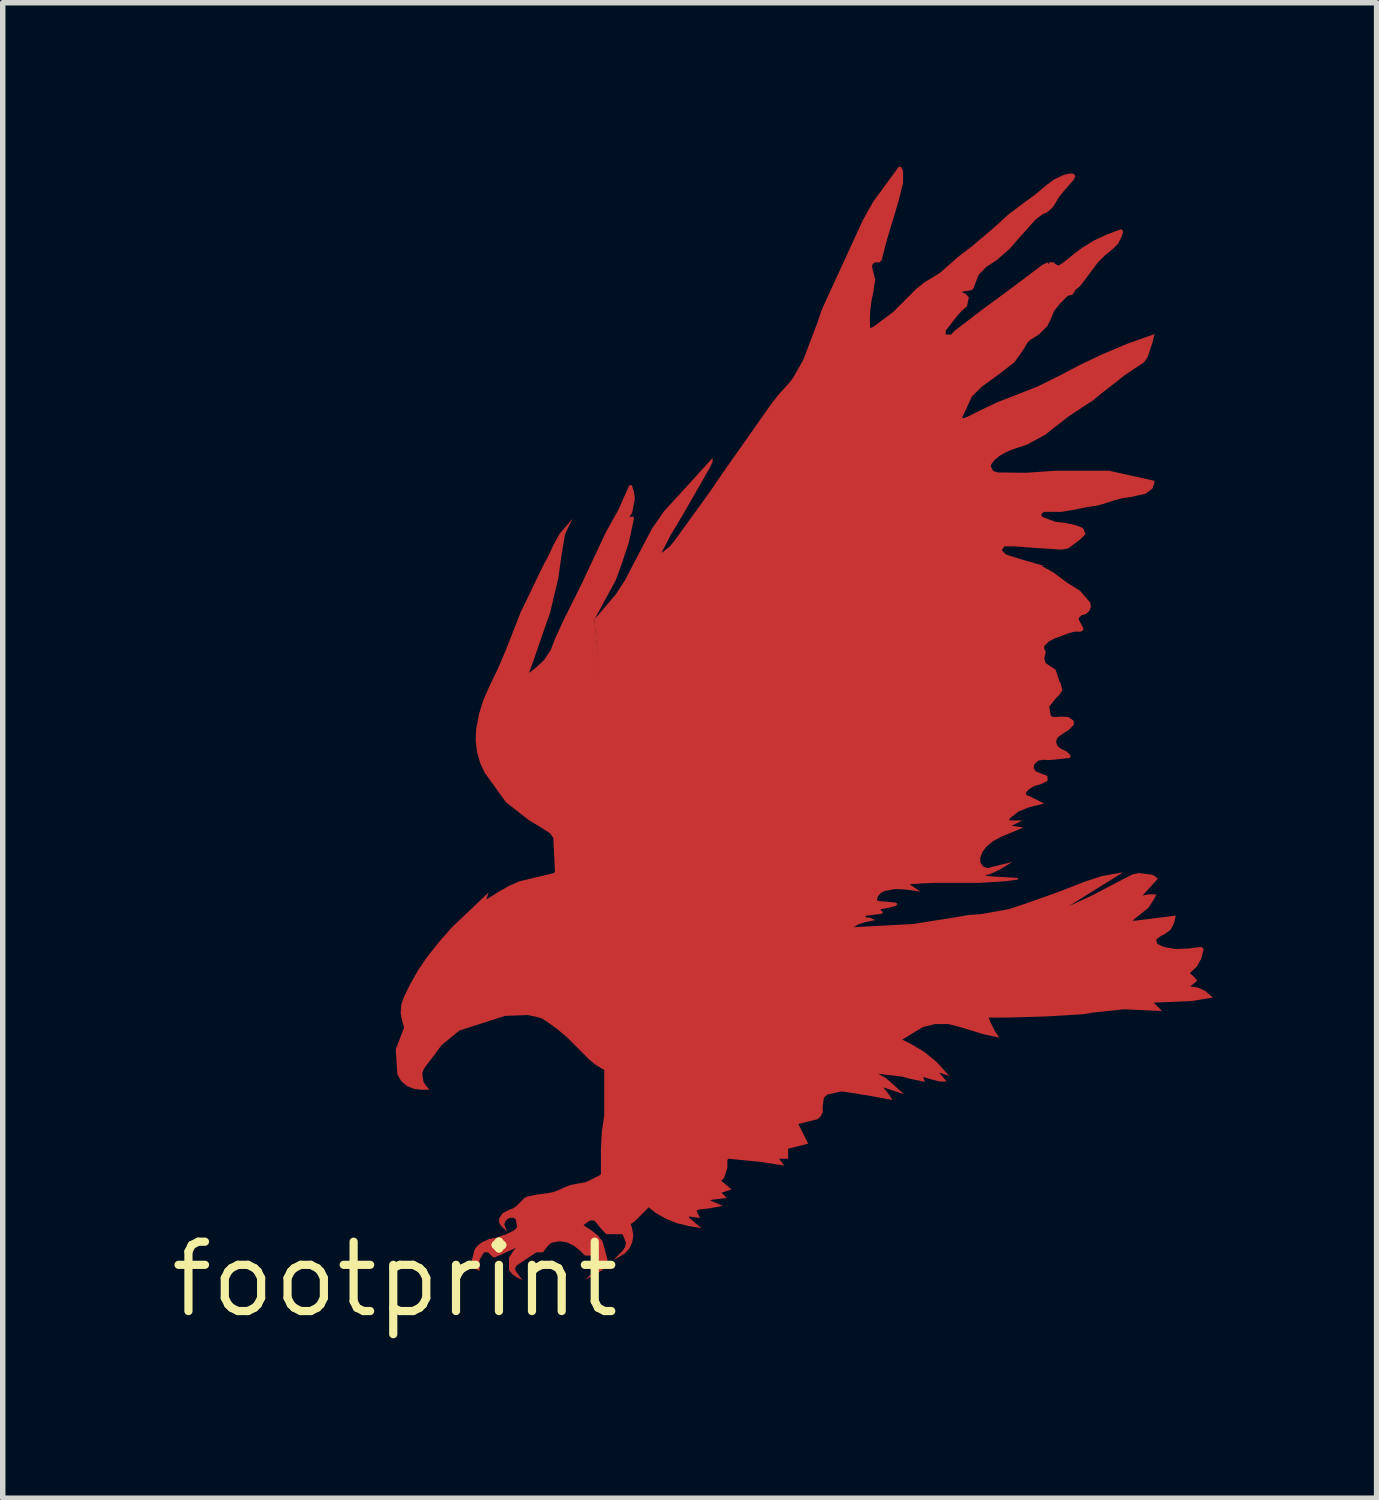
<source format=kicad_pcb>
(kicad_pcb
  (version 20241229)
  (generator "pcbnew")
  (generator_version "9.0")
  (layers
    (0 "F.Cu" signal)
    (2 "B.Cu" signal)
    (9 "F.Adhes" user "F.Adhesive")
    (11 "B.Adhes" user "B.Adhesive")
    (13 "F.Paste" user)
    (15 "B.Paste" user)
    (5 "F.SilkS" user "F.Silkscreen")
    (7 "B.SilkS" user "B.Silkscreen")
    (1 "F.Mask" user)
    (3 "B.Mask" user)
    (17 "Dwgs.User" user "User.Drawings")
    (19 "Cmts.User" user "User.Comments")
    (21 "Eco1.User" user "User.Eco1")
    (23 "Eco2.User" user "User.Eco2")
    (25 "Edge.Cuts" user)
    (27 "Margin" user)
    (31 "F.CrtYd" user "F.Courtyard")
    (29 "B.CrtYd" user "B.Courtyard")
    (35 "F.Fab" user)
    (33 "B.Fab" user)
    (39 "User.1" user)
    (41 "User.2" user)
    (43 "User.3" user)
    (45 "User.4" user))
  (footprint "footprint"
    (layer "F.Cu")
    (at 4.18 20.374)
    (property "Reference" "footprint" (at 0 0 0) (layer "F.SilkS") (effects (font (size 1.27 1.27) (thickness 0.15))))
    (fp_poly (pts (xy 0.695 -5.095) (xy 0.705 -5.096) (xy 0.737 -4.836) (xy 0.674 -4.736) (xy 0.576 -4.675) (xy 0.326 -4.675) (xy 0.283 -4.702) (xy 0.274 -4.715) (xy 0.251 -4.686) (xy 0.27 -4.723) (xy 0.256 -4.744) (xy 0.243 -4.825) (xy 0.256 -4.902) (xy 0.271 -4.9) (xy 0.26 -4.91) (xy 0.284 -4.937) (xy 0.304 -4.928) (xy 0.283 -4.959) (xy 0.317 -5.027) (xy 0.345 -5.075) (xy 0.381 -5.123) (xy 0.543 -5.187)) (stroke (width 0) (type solid)) (fill yes) (layer "F.Cu"))
    (fp_poly (pts (xy 12.347 -6.839) (xy 12.351 -6.839) (xy 12.739 -7.017) (xy 13.43 -7.378) (xy 13.519 -7.418) (xy 13.616 -7.44) (xy 13.862 -7.409) (xy 13.914 -7.382) (xy 13.969 -7.336) (xy 13.689 -7.028) (xy 13.796 -7.049) (xy 13.942 -7.049) (xy 13.901 -6.967) (xy 13.798 -6.806) (xy 13.507 -6.572) (xy 13.506 -6.571) (xy 13.507 -6.568) (xy 13.556 -6.568) (xy 14.298 -6.661) (xy 14.263 -6.518) (xy 14.206 -6.406) (xy 14.106 -6.33) (xy 14.028 -6.289) (xy 13.959 -6.241) (xy 13.938 -6.213) (xy 13.96 -6.143) (xy 14.073 -6.087) (xy 14.293 -6.049) (xy 14.518 -6.057) (xy 14.637 -6.073) (xy 14.765 -6.088) (xy 14.806 -6.047) (xy 14.765 -5.875) (xy 14.681 -5.727) (xy 14.561 -5.612) (xy 14.558 -5.606) (xy 14.561 -5.601) (xy 14.625 -5.546) (xy 14.691 -5.469) (xy 14.56 -5.364) (xy 14.699 -5.344) (xy 14.837 -5.28) (xy 14.974 -5.161) (xy 14.581 -5.095) (xy 13.892 -5.067) (xy 14.046 -4.913) (xy 13.347 -4.945) (xy 12.778 -4.885) (xy 12.597 -4.855) (xy 11.935 -4.815) (xy 11.273 -4.795) (xy 11.062 -4.793) (xy 10.873 -4.794) (xy 10.896 -4.725) (xy 10.985 -4.547) (xy 11.015 -4.503) (xy 11.065 -4.426) (xy 10.758 -4.494) (xy 10.367 -4.615) (xy 10.132 -4.675) (xy 9.892 -4.675) (xy 9.666 -4.62) (xy 9.289 -4.39) (xy 9.446 -4.312) (xy 9.694 -4.164) (xy 9.918 -3.981) (xy 10.15 -3.725) (xy 9.965 -3.787) (xy 10.102 -3.622) (xy 9.978 -3.622) (xy 9.856 -3.653) (xy 9.672 -3.705) (xy 9.702 -3.617) (xy 9.526 -3.653) (xy 9.405 -3.68) (xy 9.286 -3.713) (xy 8.849 -3.764) (xy 8.997 -3.68) (xy 9.323 -3.39) (xy 8.941 -3.517) (xy 9.03 -3.406) (xy 9.11 -3.286) (xy 8.745 -3.352) (xy 8.46 -3.4) (xy 8.177 -3.442) (xy 7.913 -3.383) (xy 7.855 -3.325) (xy 7.831 -3.156) (xy 7.835 -3.072) (xy 7.8 -2.99) (xy 7.733 -2.932) (xy 7.386 -2.846) (xy 7.567 -2.485) (xy 7.199 -2.393) (xy 7.199 -2.209) (xy 7.034 -2.209) (xy 7.128 -2.084) (xy 6.702 -2.15) (xy 6.108 -2.209) (xy 6.087 -2.188) (xy 6.087 -2.104) (xy 6.086 -2.074) (xy 6.087 -2.042) (xy 6.025 -1.856) (xy 5.974 -1.805) (xy 6.163 -1.648) (xy 5.98 -1.587) (xy 6.074 -1.492) (xy 5.806 -1.458) (xy 5.777 -1.444) (xy 6.002 -1.347) (xy 5.804 -1.308) (xy 5.565 -1.278) (xy 5.521 -1.256) (xy 5.587 -1.123) (xy 5.377 -1.153) (xy 5.393 -1.122) (xy 5.613 -0.938) (xy 5.378 -0.977) (xy 5.165 -1.029) (xy 4.961 -1.11) (xy 4.771 -1.22) (xy 4.615 -1.345) (xy 4.162 -6.418) (xy 8.386 -6.448) (xy 9.497 -6.508) (xy 10.248 -6.628) (xy 10.488 -6.669) (xy 10.73 -6.688) (xy 11.239 -6.778) (xy 11.598 -6.898) (xy 12.127 -7.086) (xy 12.65 -7.289) (xy 12.947 -7.385) (xy 13.33 -7.453)) (stroke (width 0) (type solid)) (fill yes) (layer "F.Cu"))
    (fp_poly (pts (xy 4.342 -14.527) (xy 4.369 -14.445) (xy 4.371 -14.445) (xy 4.394 -14.297) (xy 4.343 -14.032) (xy 4.303 -13.974) (xy 4.264 -13.947) (xy 4.295 -13.963) (xy 4.374 -13.963) (xy 4.374 -13.916) (xy 4.283 -13.493) (xy 4.132 -13.041) (xy 4.042 -12.799) (xy 3.936 -12.603) (xy 3.831 -12.408) (xy 3.653 -12.081) (xy 4.312 -5.246) (xy 4.312 -5.246) (xy 4.313 -5.233) (xy 4.315 -5.216) (xy 4.315 -5.216) (xy 4.645 -1.317) (xy 4.399 -1.071) (xy 4.355 -1.035) (xy 4.317 -1.015) (xy 4.343 -0.936) (xy 4.365 -0.81) (xy 4.347 -0.682) (xy 4.293 -0.566) (xy 4.205 -0.471) (xy 3.998 -0.352) (xy 4.167 -0.521) (xy 4.215 -0.593) (xy 4.231 -0.675) (xy 4.168 -0.827) (xy 3.872 -0.827) (xy 3.837 -0.862) (xy 3.757 -0.949) (xy 3.686 -1.042) (xy 3.648 -1.075) (xy 3.601 -1.084) (xy 3.554 -1.069) (xy 3.453 -0.993) (xy 3.616 -0.884) (xy 3.717 -0.801) (xy 3.801 -0.698) (xy 3.894 -0.359) (xy 3.799 -0.17) (xy 3.487 0.008) (xy 3.685 -0.19) (xy 3.732 -0.27) (xy 3.732 -0.361) (xy 3.689 -0.436) (xy 3.481 -0.436) (xy 3.387 -0.53) (xy 3.277 -0.617) (xy 3.152 -0.677) (xy 3.021 -0.699) (xy 2.89 -0.677) (xy 2.845 -0.655) (xy 2.807 -0.621) (xy 2.76 -0.564) (xy 2.713 -0.496) (xy 2.59 -0.496) (xy 2.323 -0.318) (xy 2.278 -0.288) (xy 2.235 -0.26) (xy 2.202 -0.212) (xy 2.209 -0.156) (xy 2.335 0.012) (xy 2.221 -0.045) (xy 2.22 -0.045) (xy 2.144 -0.1) (xy 2.089 -0.176) (xy 2.089 -0.395) (xy 2.172 -0.528) (xy 2.221 -0.583) (xy 2.171 -0.558) (xy 1.837 -0.406) (xy 1.797 -0.406) (xy 1.707 -0.496) (xy 1.632 -0.496) (xy 1.548 -0.357) (xy 1.548 -0.156) (xy 1.469 -0.196) (xy 1.467 -0.196) (xy 1.418 -0.239) (xy 1.397 -0.3) (xy 1.459 -0.548) (xy 1.516 -0.619) (xy 1.585 -0.674) (xy 1.718 -0.737) (xy 1.86 -0.766) (xy 2.038 -0.826) (xy 2.157 -0.885) (xy 2.208 -0.918) (xy 2.239 -0.965) (xy 2.211 -1.103) (xy 2.165 -1.13) (xy 2.108 -1.127) (xy 2.064 -1.106) (xy 2.027 -1.073) (xy 2.002 -1.007) (xy 2.053 -0.873) (xy 1.942 -0.983) (xy 1.907 -1.044) (xy 1.909 -1.117) (xy 1.974 -1.214) (xy 2.098 -1.277) (xy 2.161 -1.299) (xy 2.215 -1.334) (xy 2.274 -1.393) (xy 2.366 -1.485) (xy 2.397 -1.505) (xy 2.431 -1.517) (xy 2.612 -1.554) (xy 2.793 -1.578) (xy 2.899 -1.598) (xy 3 -1.637) (xy 3.104 -1.685) (xy 3.212 -1.728) (xy 3.364 -1.758) (xy 3.44 -1.768) (xy 3.512 -1.788) (xy 3.749 -1.906) (xy 3.772 -1.93) (xy 3.772 -2.375) (xy 3.788 -2.693) (xy 3.833 -3.007) (xy 3.833 -3.838) (xy 3.78 -3.865) (xy 3.668 -3.933) (xy 3.567 -4.017) (xy 3.356 -4.228) (xy 3.146 -4.438) (xy 2.967 -4.587) (xy 2.862 -4.662) (xy 2.757 -4.737) (xy 2.701 -4.771) (xy 2.641 -4.795) (xy 2.436 -4.84) (xy 2.017 -4.825) (xy 1.18 -4.556) (xy 0.853 -4.288) (xy 0.721 -4.107) (xy 0.583 -3.929) (xy 0.552 -3.886) (xy 0.525 -3.841) (xy 0.499 -3.768) (xy 0.525 -3.613) (xy 0.564 -3.553) (xy 0.634 -3.472) (xy 0.48 -3.472) (xy 0.353 -3.488) (xy 0.233 -3.534) (xy 0.119 -3.625) (xy 0.045 -3.753) (xy 0.015 -4.211) (xy 0.166 -4.602) (xy 0.166 -4.627) (xy 0.136 -4.717) (xy 0.136 -4.718) (xy 0.106 -4.87) (xy 0.116 -5.027) (xy 0.167 -5.176) (xy 0.227 -5.298) (xy 0.287 -5.418) (xy 0.428 -5.666) (xy 0.589 -5.901) (xy 0.808 -6.178) (xy 1.041 -6.443) (xy 1.717 -7.086) (xy 1.674 -6.959) (xy 1.679 -6.959) (xy 1.916 -7.107) (xy 2.093 -7.206) (xy 2.28 -7.289) (xy 2.908 -7.439) (xy 2.931 -7.461) (xy 2.901 -8.081) (xy 2.845 -8.165) (xy 2.655 -8.288) (xy 2.457 -8.405) (xy 2.033 -8.737) (xy 1.639 -9.284) (xy 1.639 -9.285) (xy 1.556 -9.468) (xy 1.502 -9.665) (xy 1.479 -9.868) (xy 1.488 -10.072) (xy 1.538 -10.343) (xy 1.619 -10.606) (xy 1.73 -10.858) (xy 1.888 -11.185) (xy 2.03 -11.519) (xy 2.301 -12.211) (xy 2.722 -13.083) (xy 2.818 -13.26) (xy 2.902 -13.444) (xy 3.018 -13.655) (xy 3.253 -13.928) (xy 3.14 -13.701) (xy 3.122 -13.659) (xy 3.111 -13.614) (xy 3.045 -13.225) (xy 2.991 -12.833) (xy 2.84 -12.2) (xy 2.718 -11.854) (xy 2.599 -11.508) (xy 2.526 -11.297) (xy 2.456 -11.107) (xy 2.46 -11.107) (xy 2.575 -11.194) (xy 2.734 -11.343) (xy 2.854 -11.524) (xy 2.932 -11.729) (xy 3.083 -12.06) (xy 3.413 -12.722) (xy 3.865 -13.684) (xy 4.094 -14.095) (xy 4.285 -14.525) (xy 4.299 -14.519) (xy 4.288 -14.529) (xy 4.301 -14.543) (xy 4.326 -14.543)) (stroke (width 0) (type solid)) (fill yes) (layer "F.Cu"))
    (fp_poly (pts (xy 10.06 -18.498) (xy 10.308 -18.719) (xy 10.572 -18.92) (xy 10.962 -19.25) (xy 11.222 -19.489) (xy 11.504 -19.702) (xy 11.72 -19.859) (xy 11.925 -20.032) (xy 12.068 -20.138) (xy 12.229 -20.214) (xy 12.29 -20.233) (xy 12.353 -20.245) (xy 12.421 -20.245) (xy 12.455 -20.211) (xy 12.445 -20.2) (xy 12.458 -20.194) (xy 12.427 -20.132) (xy 12.216 -19.89) (xy 12.151 -19.805) (xy 12.097 -19.711) (xy 12.035 -19.619) (xy 11.95 -19.544) (xy 11.852 -19.496) (xy 11.734 -19.408) (xy 11.464 -19.108) (xy 11.253 -18.867) (xy 11.011 -18.655) (xy 10.83 -18.54) (xy 10.684 -18.389) (xy 10.594 -18.148) (xy 10.558 -18.112) (xy 10.377 -18.082) (xy 10.376 -18.081) (xy 10.379 -18.079) (xy 10.449 -18.045) (xy 10.512 -17.975) (xy 10.505 -17.968) (xy 10.475 -17.818) (xy 10.375 -17.731) (xy 10.292 -17.636) (xy 10.085 -17.37) (xy 10.085 -17.299) (xy 10.184 -17.299) (xy 10.223 -17.343) (xy 10.271 -17.386) (xy 10.783 -17.777) (xy 11.234 -18.108) (xy 11.835 -18.56) (xy 11.894 -18.596) (xy 11.958 -18.621) (xy 11.964 -18.607) (xy 11.964 -18.592) (xy 11.979 -18.592) (xy 11.979 -18.622) (xy 12.06 -18.622) (xy 12.093 -18.59) (xy 12.145 -18.564) (xy 12.169 -18.574) (xy 12.197 -18.59) (xy 12.257 -18.632) (xy 12.315 -18.679) (xy 12.448 -18.788) (xy 12.587 -18.89) (xy 12.807 -19.024) (xy 13.04 -19.132) (xy 13.161 -19.178) (xy 13.284 -19.223) (xy 13.314 -19.223) (xy 13.333 -19.179) (xy 13.301 -19.082) (xy 13.241 -18.962) (xy 13.146 -18.867) (xy 13.005 -18.753) (xy 12.877 -18.627) (xy 12.607 -18.267) (xy 12.54 -18.181) (xy 12.457 -18.116) (xy 12.43 -18.062) (xy 12.43 -18.06) (xy 12.392 -18.022) (xy 12.341 -18.016) (xy 12.304 -17.994) (xy 12.178 -17.867) (xy 12.067 -17.728) (xy 12.008 -17.579) (xy 11.946 -17.456) (xy 11.869 -17.379) (xy 11.793 -17.303) (xy 11.701 -17.242) (xy 11.637 -17.205) (xy 11.585 -17.155) (xy 11.496 -17.006) (xy 11.344 -16.793) (xy 11.071 -16.581) (xy 10.741 -16.341) (xy 10.563 -16.163) (xy 10.387 -15.78) (xy 10.39 -15.771) (xy 10.401 -15.767) (xy 10.442 -15.778) (xy 10.485 -15.795) (xy 10.605 -15.855) (xy 10.725 -15.915) (xy 11.036 -16.062) (xy 11.357 -16.186) (xy 11.77 -16.349) (xy 12.168 -16.546) (xy 12.555 -16.749) (xy 12.95 -16.937) (xy 13.411 -17.131) (xy 13.909 -17.308) (xy 13.872 -17.16) (xy 13.781 -16.887) (xy 13.718 -16.793) (xy 13.626 -16.731) (xy 13.356 -16.551) (xy 13.206 -16.431) (xy 12.935 -16.221) (xy 12.777 -16.09) (xy 12.603 -15.979) (xy 12.333 -15.799) (xy 12.199 -15.694) (xy 12.063 -15.589) (xy 11.912 -15.468) (xy 11.579 -15.287) (xy 11.308 -15.196) (xy 11.186 -15.144) (xy 11.071 -15.078) (xy 10.99 -15.012) (xy 10.925 -14.933) (xy 10.91 -14.888) (xy 10.953 -14.802) (xy 11.035 -14.774) (xy 11.558 -14.768) (xy 12.084 -14.805) (xy 13.078 -14.805) (xy 13.903 -14.621) (xy 13.903 -14.577) (xy 13.87 -14.48) (xy 13.744 -14.385) (xy 13.47 -14.324) (xy 13.318 -14.303) (xy 13.171 -14.264) (xy 13.081 -14.234) (xy 12.99 -14.204) (xy 12.841 -14.164) (xy 12.688 -14.143) (xy 12.387 -14.083) (xy 12.206 -14.053) (xy 12.039 -14.053) (xy 11.88 -14.053) (xy 11.832 -14.005) (xy 11.854 -13.96) (xy 12.088 -13.872) (xy 12.268 -13.85) (xy 12.449 -13.812) (xy 12.528 -13.786) (xy 12.602 -13.751) (xy 12.595 -13.738) (xy 12.609 -13.742) (xy 12.642 -13.643) (xy 12.545 -13.546) (xy 12.424 -13.455) (xy 12.326 -13.383) (xy 12.205 -13.362) (xy 11.722 -13.392) (xy 11.332 -13.422) (xy 11.16 -13.422) (xy 11.111 -13.349) (xy 11.19 -13.27) (xy 11.487 -13.178) (xy 11.889 -13.061) (xy 11.842 -13.061) (xy 12.062 -12.939) (xy 12.303 -12.758) (xy 12.545 -12.607) (xy 12.722 -12.4) (xy 12.728 -12.401) (xy 12.742 -12.316) (xy 12.718 -12.243) (xy 12.664 -12.192) (xy 12.616 -12.171) (xy 12.573 -12.161) (xy 12.521 -12.109) (xy 12.524 -12.07) (xy 12.548 -12.031) (xy 12.609 -11.91) (xy 12.595 -11.904) (xy 12.606 -11.893) (xy 12.576 -11.863) (xy 12.565 -11.874) (xy 12.565 -11.859) (xy 12.445 -11.86) (xy 12.329 -11.829) (xy 12.21 -11.782) (xy 12.09 -11.74) (xy 11.977 -11.682) (xy 11.889 -11.597) (xy 11.889 -11.546) (xy 11.916 -11.487) (xy 11.889 -11.364) (xy 11.916 -11.282) (xy 12.097 -11.162) (xy 12.159 -10.976) (xy 12.166 -10.945) (xy 12.188 -10.919) (xy 12.221 -10.789) (xy 12.164 -10.701) (xy 12.095 -10.632) (xy 11.98 -10.487) (xy 12.008 -10.32) (xy 12.04 -10.3) (xy 12.084 -10.296) (xy 12.204 -10.304) (xy 12.34 -10.295) (xy 12.34 -10.289) (xy 12.423 -10.233) (xy 12.415 -10.22) (xy 12.43 -10.22) (xy 12.43 -10.154) (xy 12.334 -10.058) (xy 12.241 -10) (xy 12.155 -9.939) (xy 12.117 -9.892) (xy 12.107 -9.834) (xy 12.127 -9.777) (xy 12.152 -9.747) (xy 12.183 -9.722) (xy 12.303 -9.662) (xy 12.365 -9.6) (xy 12.355 -9.589) (xy 12.37 -9.589) (xy 12.369 -9.566) (xy 12.348 -9.545) (xy 12.326 -9.544) (xy 12.055 -9.514) (xy 11.964 -9.509) (xy 11.875 -9.514) (xy 11.777 -9.497) (xy 11.707 -9.431) (xy 11.695 -9.361) (xy 11.733 -9.301) (xy 11.879 -9.243) (xy 11.913 -9.232) (xy 11.924 -9.225) (xy 11.952 -9.213) (xy 11.939 -9.213) (xy 11.949 -9.206) (xy 11.949 -9.129) (xy 11.819 -9.064) (xy 11.708 -9.034) (xy 11.612 -8.976) (xy 11.558 -8.922) (xy 11.558 -8.875) (xy 11.577 -8.86) (xy 11.608 -8.852) (xy 11.887 -8.713) (xy 11.608 -8.643) (xy 11.415 -8.565) (xy 11.255 -8.438) (xy 11.249 -8.421) (xy 11.256 -8.408) (xy 11.275 -8.402) (xy 11.487 -8.402) (xy 11.292 -8.305) (xy 11.509 -8.274) (xy 11.099 -8.103) (xy 10.957 -8.027) (xy 10.832 -7.925) (xy 10.76 -7.831) (xy 10.717 -7.723) (xy 10.72 -7.631) (xy 10.771 -7.558) (xy 10.852 -7.531) (xy 11.306 -7.644) (xy 11.069 -7.502) (xy 10.908 -7.425) (xy 10.799 -7.397) (xy 10.884 -7.38) (xy 11.407 -7.349) (xy 11.409 -7.322) (xy 11.184 -7.29) (xy 10.702 -7.26) (xy 9.89 -7.26) (xy 9.635 -7.25) (xy 9.423 -7.233) (xy 9.623 -7.1) (xy 9.347 -7.139) (xy 9.153 -7.146) (xy 8.963 -7.11) (xy 8.895 -7.074) (xy 8.846 -7.015) (xy 8.825 -6.948) (xy 8.844 -6.928) (xy 9.17 -6.899) (xy 9.168 -6.884) (xy 9.178 -6.895) (xy 9.197 -6.879) (xy 9.179 -6.841) (xy 9.038 -6.804) (xy 8.905 -6.78) (xy 8.889 -6.763) (xy 8.906 -6.747) (xy 8.921 -6.742) (xy 8.933 -6.714) (xy 8.903 -6.688) (xy 8.883 -6.689) (xy 8.869 -6.688) (xy 8.632 -6.659) (xy 8.618 -6.652) (xy 8.613 -6.642) (xy 8.617 -6.633) (xy 8.63 -6.628) (xy 8.694 -6.624) (xy 8.796 -6.578) (xy 8.601 -6.539) (xy 8.476 -6.496) (xy 8.361 -6.418) (xy 4.135 -6.388) (xy 3.652 -12.09) (xy 3.716 -12.155) (xy 4.046 -12.544) (xy 4.224 -12.82) (xy 4.375 -13.113) (xy 4.707 -13.745) (xy 4.927 -14.064) (xy 5.189 -14.349) (xy 5.817 -15.039) (xy 5.817 -14.966) (xy 5.755 -14.843) (xy 5.273 -14) (xy 5.051 -13.631) (xy 4.88 -13.301) (xy 4.921 -13.329) (xy 5.035 -13.422) (xy 5.128 -13.536) (xy 5.519 -14.077) (xy 5.759 -14.408) (xy 6.027 -14.8) (xy 6.3 -15.189) (xy 6.872 -16.001) (xy 7.015 -16.188) (xy 7.173 -16.363) (xy 7.237 -16.434) (xy 7.292 -16.511) (xy 7.476 -16.834) (xy 7.741 -17.53) (xy 7.806 -17.73) (xy 7.892 -17.922) (xy 8.403 -19.034) (xy 8.403 -19.034) (xy 8.566 -19.389) (xy 8.757 -19.73) (xy 9.219 -20.363) (xy 9.243 -20.374) (xy 9.27 -20.362) (xy 9.304 -20.294) (xy 9.304 -20.078) (xy 9.221 -19.743) (xy 9.123 -19.414) (xy 9.01 -19.041) (xy 8.911 -18.659) (xy 8.875 -18.623) (xy 8.853 -18.62) (xy 8.837 -18.622) (xy 8.787 -18.619) (xy 8.749 -18.591) (xy 8.733 -18.546) (xy 8.762 -18.43) (xy 8.762 -18.43) (xy 8.793 -18.307) (xy 8.762 -18.094) (xy 8.726 -17.914) (xy 8.702 -17.734) (xy 8.695 -17.57) (xy 8.702 -17.42) (xy 8.714 -17.42) (xy 8.77 -17.448) (xy 9.129 -17.717) (xy 9.549 -18.137) (xy 9.694 -18.254) (xy 9.852 -18.349) (xy 9.962 -18.416)) (stroke (width 0) (type solid)) (fill yes) (layer "F.Cu")))
  (gr_rect
    (start -3 -3)
    (end 22.154 24.38)
    (stroke (width 0.1) (type default))
    (fill no)
    (layer "Edge.Cuts")))
</source>
